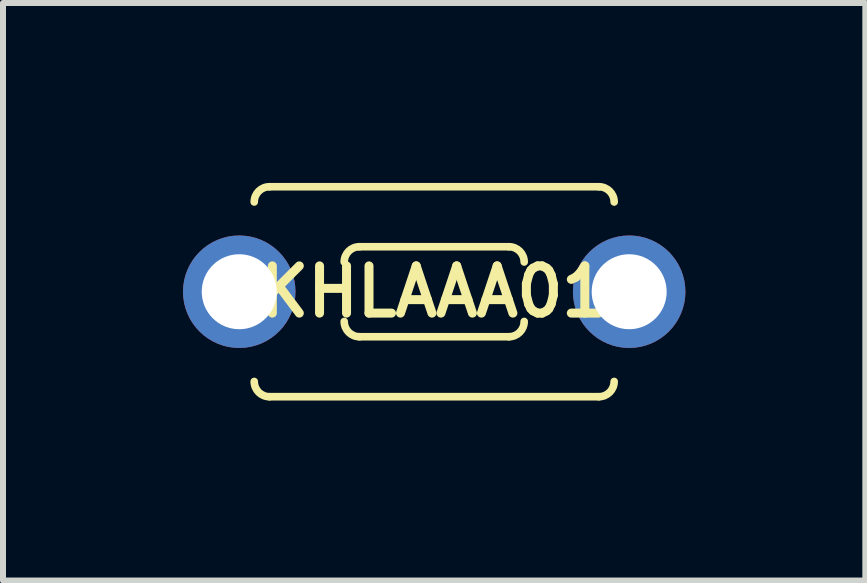
<source format=kicad_pcb>
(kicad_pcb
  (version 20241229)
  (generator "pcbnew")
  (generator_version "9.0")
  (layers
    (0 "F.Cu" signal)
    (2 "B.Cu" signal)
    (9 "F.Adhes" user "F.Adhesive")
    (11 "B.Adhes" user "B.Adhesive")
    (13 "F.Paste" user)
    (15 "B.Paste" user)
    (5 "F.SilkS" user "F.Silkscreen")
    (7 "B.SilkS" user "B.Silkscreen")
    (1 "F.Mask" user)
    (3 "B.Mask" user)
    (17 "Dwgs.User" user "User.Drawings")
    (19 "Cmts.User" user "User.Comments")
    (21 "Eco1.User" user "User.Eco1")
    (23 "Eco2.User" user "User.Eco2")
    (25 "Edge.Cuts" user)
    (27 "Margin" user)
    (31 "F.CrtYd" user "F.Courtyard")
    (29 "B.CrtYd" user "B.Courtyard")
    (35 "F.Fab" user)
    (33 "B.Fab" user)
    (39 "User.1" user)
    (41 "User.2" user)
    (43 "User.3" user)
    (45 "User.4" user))
  (footprint "SKHLAAA010"
    (layer "F.Cu")
    (at 4.188 1.813)
    (property "Reference" "SKHLAAA010" (at 0 0 0) (layer "F.SilkS") (effects (font (size 0.787 0.787) (thickness 0.15))))
    (attr through_hole)
    (fp_line (start -2.746 1.75) (end 2.746 1.75) (stroke (width 0.127) (type solid)) (layer "F.SilkS"))
    (fp_line (start -1.246 -0.75) (end 1.246 -0.75) (stroke (width 0.127) (type solid)) (layer "F.SilkS"))
    (fp_line (start 1.246 0.75) (end -1.246 0.75) (stroke (width 0.127) (type solid)) (layer "F.SilkS"))
    (fp_line (start 2.746 -1.75) (end -2.746 -1.75) (stroke (width 0.127) (type solid)) (layer "F.SilkS"))
    (fp_arc (start -3 -1.496) (mid -2.925605 -1.675605) (end -2.746 -1.75) (stroke (width 0.127) (type solid)) (layer "F.SilkS"))
    (fp_arc (start -2.746 1.75) (mid -2.925605 1.675605) (end -3 1.496) (stroke (width 0.127) (type solid)) (layer "F.SilkS"))
    (fp_arc (start -1.5 -0.496) (mid -1.425605 -0.675605) (end -1.246 -0.75) (stroke (width 0.127) (type solid)) (layer "F.SilkS"))
    (fp_arc (start -1.246 0.75) (mid -1.425605 0.675605) (end -1.5 0.496) (stroke (width 0.127) (type solid)) (layer "F.SilkS"))
    (fp_arc (start 1.246 -0.75) (mid 1.425605 -0.675605) (end 1.5 -0.496) (stroke (width 0.127) (type solid)) (layer "F.SilkS"))
    (fp_arc (start 1.5 0.496) (mid 1.425605 0.675605) (end 1.246 0.75) (stroke (width 0.127) (type solid)) (layer "F.SilkS"))
    (fp_arc (start 2.746 -1.75) (mid 2.925605 -1.675605) (end 3 -1.496) (stroke (width 0.127) (type solid)) (layer "F.SilkS"))
    (fp_arc (start 3 1.496) (mid 2.925605 1.675605) (end 2.746 1.75) (stroke (width 0.127) (type solid)) (layer "F.SilkS"))
    (pad "1" thru_hole circle (at -3.25 0) (size 1.875 1.875) (drill 1.25) (layers "*.Cu" "*.Mask"))
    (pad "2" thru_hole circle (at 3.25 0) (size 1.875 1.875) (drill 1.25) (layers "*.Cu" "*.Mask")))
  (gr_rect
    (start -3 -3)
    (end 11.375 6.627)
    (stroke (width 0.1) (type default))
    (fill no)
    (layer "Edge.Cuts")))
</source>
